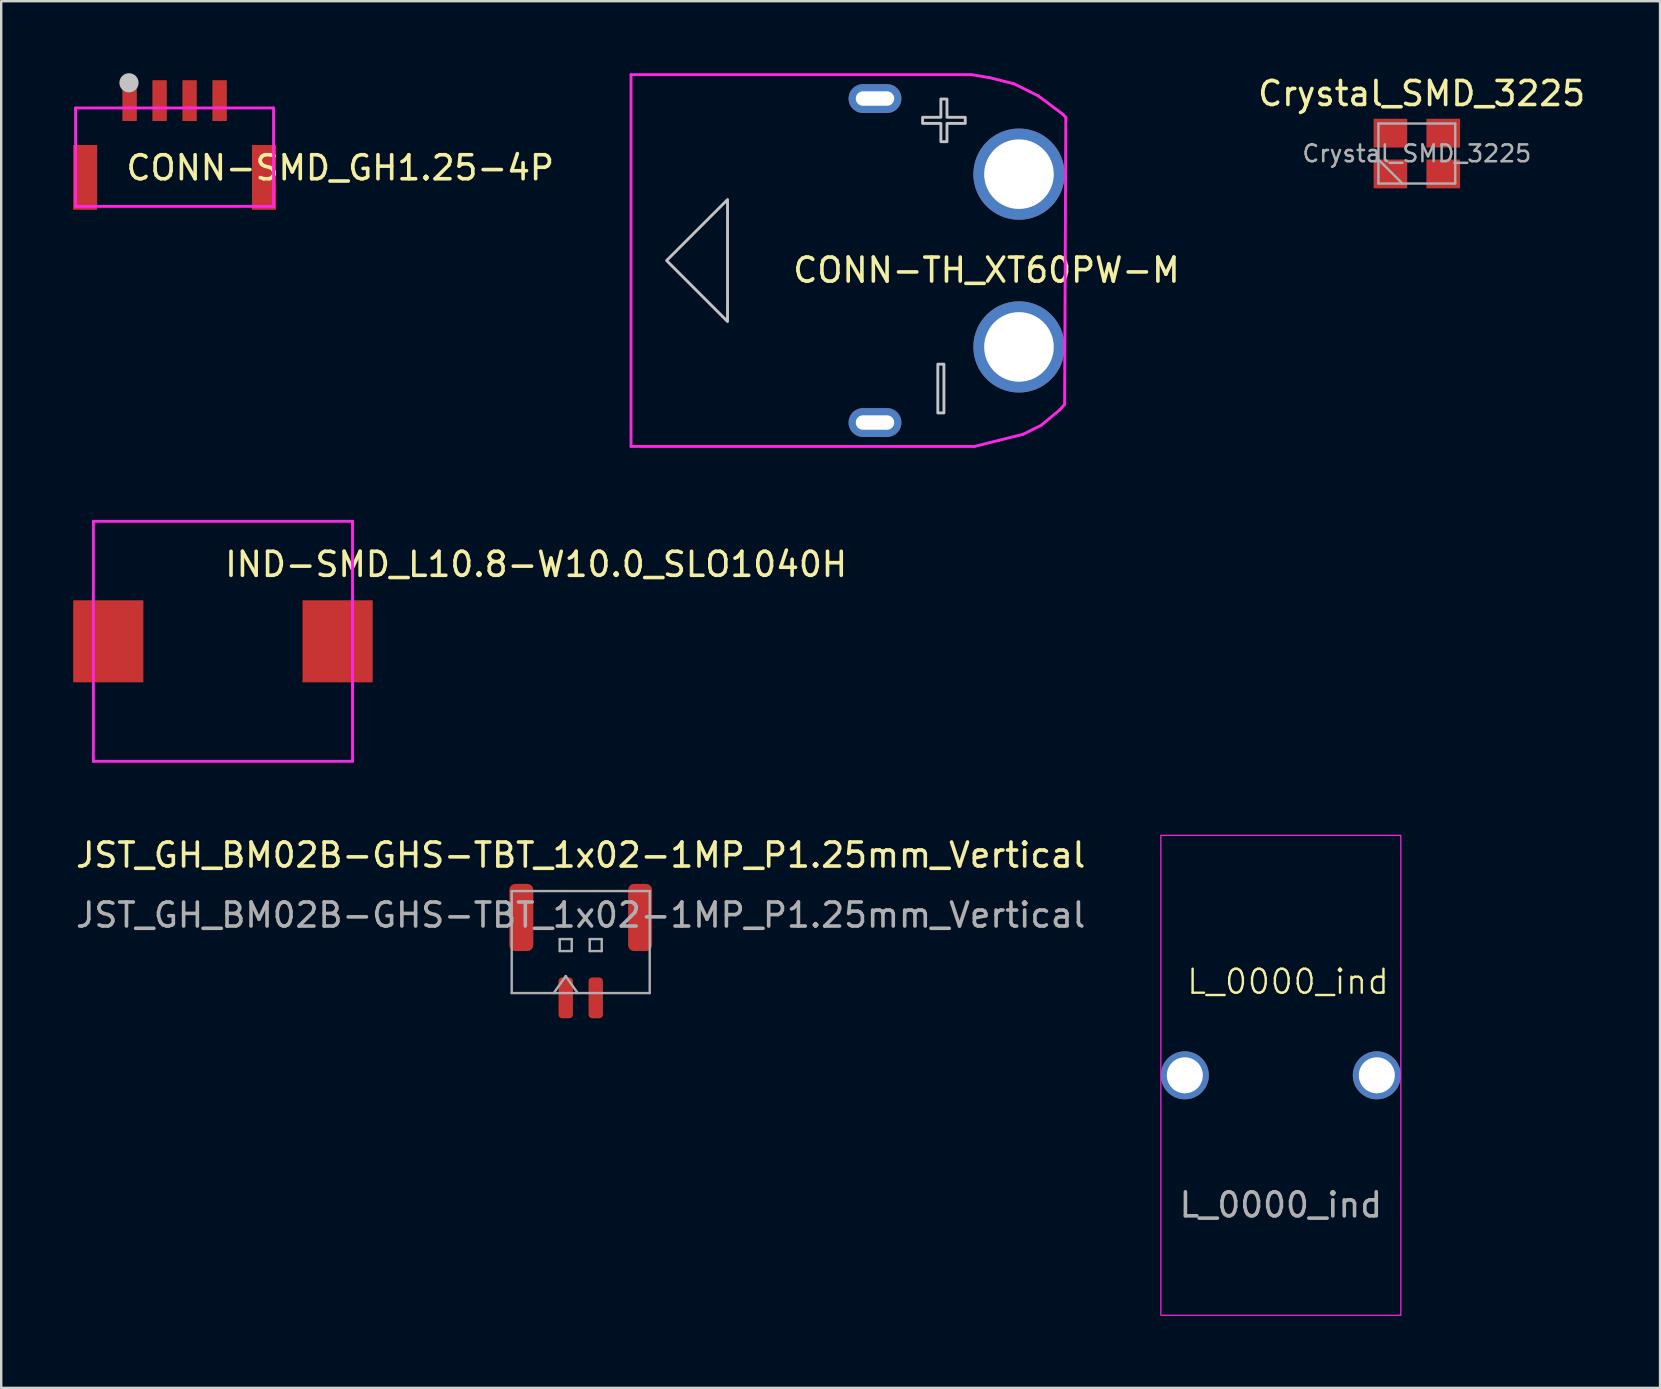
<source format=kicad_pcb>
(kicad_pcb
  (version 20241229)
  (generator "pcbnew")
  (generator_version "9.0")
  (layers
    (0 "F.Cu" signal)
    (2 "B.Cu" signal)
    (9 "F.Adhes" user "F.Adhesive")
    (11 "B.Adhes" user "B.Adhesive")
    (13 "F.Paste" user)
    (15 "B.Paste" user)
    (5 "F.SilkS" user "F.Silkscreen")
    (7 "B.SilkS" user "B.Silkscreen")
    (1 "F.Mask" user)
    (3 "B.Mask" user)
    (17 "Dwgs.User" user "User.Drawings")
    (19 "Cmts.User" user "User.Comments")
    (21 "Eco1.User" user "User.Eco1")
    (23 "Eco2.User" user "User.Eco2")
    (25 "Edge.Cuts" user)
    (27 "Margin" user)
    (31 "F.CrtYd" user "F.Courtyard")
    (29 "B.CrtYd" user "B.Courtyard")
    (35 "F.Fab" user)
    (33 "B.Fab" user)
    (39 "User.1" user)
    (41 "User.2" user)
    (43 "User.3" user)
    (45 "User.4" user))
  (footprint "CONN-TH_XT60PW-M"
    (layer "F.Cu")
    (at 36.411 7.807)
    (property "Reference" "CONN-TH_XT60PW-M" (at -6.5 0.4 0) (layer "F.SilkS") (effects (font (size 1 1) (thickness 0.15)) (justify left)))
    (attr through_hole)
    (fp_poly (pts (xy -9.144 -2.54) (xy -9.144 2.54) (xy -11.684 0)) (stroke (width 0.12) (type solid)) (fill no) (layer "Dwgs.User"))
    (fp_poly (pts (xy -0.381 4.318) (xy -0.127 4.318) (xy -0.127 6.35) (xy -0.381 6.35)) (stroke (width 0.12) (type solid)) (fill no) (layer "Dwgs.User"))
    (fp_poly (pts (xy -0.254 -6.731) (xy 0 -6.731) (xy 0 -5.969) (xy 0.762 -5.969) (xy 0.762 -5.715) (xy 0 -5.715) (xy 0 -4.953) (xy -0.254 -4.953) (xy -0.254 -5.715) (xy -1.016 -5.715) (xy -1.016 -5.969) (xy -0.254 -5.969)) (stroke (width 0.12) (type solid)) (fill no) (layer "Dwgs.User"))
    (fp_circle (center 3 -3.6) (end 3.5 -3.6) (stroke (width 1) (type solid)) (fill no) (layer "Eco2.User"))
    (fp_circle (center 3 3.6) (end 3.5 3.6) (stroke (width 1) (type solid)) (fill no) (layer "Eco2.User"))
    (fp_circle (center 4.953 7.747) (end 4.983 7.747) (stroke (width 0.06) (type solid)) (fill no) (layer "Eco2.User"))
    (fp_poly (pts (xy -2.4 -6.95) (xy -2.4 -6.55) (xy -3.6 -6.55) (xy -3.6 -6.95)) (stroke (width 0.12) (type solid)) (fill no) (layer "Eco2.User"))
    (fp_poly (pts (xy -2.4 6.55) (xy -2.4 6.95) (xy -3.6 6.95) (xy -3.6 6.55)) (stroke (width 0.12) (type solid)) (fill no) (layer "Eco2.User"))
    (fp_line (start -13.166 -7.747) (end 1.016 -7.747) (stroke (width 0.12) (type solid)) (layer "F.CrtYd"))
    (fp_line (start -13.166 7.747) (end -13.166 -7.747) (stroke (width 0.12) (type solid)) (layer "F.CrtYd"))
    (fp_line (start 1.016 -7.747) (end 1.778 -7.62) (stroke (width 0.12) (type solid)) (layer "F.CrtYd"))
    (fp_line (start 1.143 7.747) (end -13.166 7.747) (stroke (width 0.12) (type solid)) (layer "F.CrtYd"))
    (fp_line (start 1.778 -7.62) (end 2.794 -7.366) (stroke (width 0.12) (type solid)) (layer "F.CrtYd"))
    (fp_line (start 2.159 7.493) (end 1.143 7.747) (stroke (width 0.12) (type solid)) (layer "F.CrtYd"))
    (fp_line (start 2.794 -7.366) (end 3.81 -6.858) (stroke (width 0.12) (type solid)) (layer "F.CrtYd"))
    (fp_line (start 3.175 7.239) (end 2.159 7.493) (stroke (width 0.12) (type solid)) (layer "F.CrtYd"))
    (fp_line (start 3.81 -6.858) (end 4.826 -6.096) (stroke (width 0.12) (type solid)) (layer "F.CrtYd"))
    (fp_line (start 3.937 6.858) (end 3.175 7.239) (stroke (width 0.12) (type solid)) (layer "F.CrtYd"))
    (fp_line (start 4.699 6.223) (end 3.937 6.858) (stroke (width 0.12) (type solid)) (layer "F.CrtYd"))
    (fp_line (start 4.826 -6.096) (end 4.953 -5.969) (stroke (width 0.12) (type solid)) (layer "F.CrtYd"))
    (fp_line (start 4.902 5.994) (end 4.699 6.223) (stroke (width 0.12) (type solid)) (layer "F.CrtYd"))
    (fp_line (start 4.953 -5.969) (end 4.902 5.994) (stroke (width 0.12) (type solid)) (layer "F.CrtYd"))
    (pad "1" thru_hole circle (at 3 3.6 90) (size 3.8 3.8) (drill 2.9) (layers "*.Cu" "*.Mask"))
    (pad "2" thru_hole circle (at 3 -3.6 90) (size 3.8 3.8) (drill 2.9) (layers "*.Cu" "*.Mask"))
    (pad "3" thru_hole oval (at -3 -6.75 90) (size 1.2 2.2) (drill oval 0.6 1.6) (layers "*.Cu" "*.Mask"))
    (pad "4" thru_hole oval (at -3 6.75 90) (size 1.2 2.2) (drill oval 0.6 1.6) (layers "*.Cu" "*.Mask")))
  (footprint "L_0000_ind"
    (layer "F.Cu")
    (at 50.323 41.759)
    (property "Reference" "L_0000_ind" (at 0.3 -3.9 0) (unlocked yes) (layer "F.SilkS") (effects (font (size 1 1) (thickness 0.1))))
    (attr through_hole)
    (fp_rect (start -5 -10) (end 5 10) (stroke (width 0.05) (type default)) (fill no) (layer "F.CrtYd"))
    (fp_text user "${REFERENCE}" (at 0 5.4 0) (unlocked yes) (layer "F.Fab") (effects (font (size 1 1) (thickness 0.15))))
    (pad "1" thru_hole circle (at -4 0) (size 2 2) (drill 1.5) (layers "*.Cu" "*.Mask"))
    (pad "2" thru_hole circle (at 4 0) (size 2 2) (drill 1.5) (layers "*.Cu" "*.Mask")))
  (footprint "Crystal_SMD_3225"
    (layer "F.Cu")
    (at 55.99 3.348)
    (property "Reference" "Crystal_SMD_3225" (at 0.2 -2.5 0) (layer "F.SilkS") (effects (font (size 1 1) (thickness 0.15))))
    (attr smd)
    (fp_line (start -1.6 -1.25) (end -1.6 1.25) (stroke (width 0.1) (type solid)) (layer "F.Fab"))
    (fp_line (start -1.6 0.25) (end -0.6 1.25) (stroke (width 0.1) (type solid)) (layer "F.Fab"))
    (fp_line (start -1.6 1.25) (end 1.6 1.25) (stroke (width 0.1) (type solid)) (layer "F.Fab"))
    (fp_line (start 1.6 -1.25) (end -1.6 -1.25) (stroke (width 0.1) (type solid)) (layer "F.Fab"))
    (fp_line (start 1.6 1.25) (end 1.6 -1.25) (stroke (width 0.1) (type solid)) (layer "F.Fab"))
    (fp_text user "${REFERENCE}" (at 0 0 0) (layer "F.Fab") (effects (font (size 0.7 0.7) (thickness 0.105))))
    (pad "1" smd rect (at -1.1 0.85) (size 1.4 1.2) (layers "F.Cu" "F.Mask" "F.Paste"))
    (pad "2" smd rect (at 1.1 0.85) (size 1.4 1.2) (layers "F.Cu" "F.Mask" "F.Paste"))
    (pad "3" smd rect (at 1.1 -0.85) (size 1.4 1.2) (layers "F.Cu" "F.Mask" "F.Paste"))
    (pad "4" smd rect (at -1.1 -0.85) (size 1.4 1.2) (layers "F.Cu" "F.Mask" "F.Paste")))
  (footprint "IND-SMD_L10.8-W10.0_SLO1040H"
    (layer "F.Cu")
    (at 6.24 23.674)
    (property "Reference" "IND-SMD_L10.8-W10.0_SLO1040H" (at 0 -3.207 0) (layer "F.SilkS") (effects (font (size 1 1) (thickness 0.15)) (justify left)))
    (attr through_hole)
    (fp_circle (center 5.4 -5) (end 5.43 -5) (stroke (width 0.06) (type solid)) (fill no) (layer "Eco2.User"))
    (fp_poly (pts (xy -5.4 1.5) (xy -5.4 -1.5) (xy -3.4 -1.5) (xy -3.4 1.5)) (stroke (width 0.12) (type solid)) (fill no) (layer "Eco2.User"))
    (fp_poly (pts (xy 5.4 1.5) (xy 5.4 -1.5) (xy 3.4 -1.5) (xy 3.4 1.5)) (stroke (width 0.12) (type solid)) (fill no) (layer "Eco2.User"))
    (fp_line (start -5.4 -5) (end 5.4 -5) (stroke (width 0.12) (type solid)) (layer "F.CrtYd"))
    (fp_line (start -5.4 5) (end -5.4 -5) (stroke (width 0.12) (type solid)) (layer "F.CrtYd"))
    (fp_line (start 5.4 -5) (end 5.4 5) (stroke (width 0.12) (type solid)) (layer "F.CrtYd"))
    (fp_line (start 5.4 5) (end -5.4 5) (stroke (width 0.12) (type solid)) (layer "F.CrtYd"))
    (pad "1" smd rect (at 4.778 0) (size 2.924 3.42) (layers "F.Cu" "F.Mask" "F.Paste"))
    (pad "2" smd rect (at -4.778 0) (size 2.924 3.42) (layers "F.Cu" "F.Mask" "F.Paste")))
  (footprint "CONN-SMD_GH1.25-4P"
    (layer "F.Cu")
    (at 4.225 2.742)
    (property "Reference" "CONN-SMD_GH1.25-4P" (at -2.1 1.2 0) (layer "F.SilkS") (effects (font (size 1 1) (thickness 0.15)) (justify left)))
    (attr through_hole)
    (fp_circle (center -1.9 -2.342) (end -1.7 -2.342) (stroke (width 0.4) (type solid)) (fill no) (layer "Dwgs.User"))
    (fp_circle (center -4.125 -1.992) (end -4.095 -1.992) (stroke (width 0.06) (type solid)) (fill no) (layer "Eco2.User"))
    (fp_poly (pts (xy -3.825 0.6) (xy -3.625 0.6) (xy -3.625 2.6) (xy -3.825 2.6)) (stroke (width 0.12) (type solid)) (fill no) (layer "Eco2.User"))
    (fp_poly (pts (xy -1.975 -1.992) (xy -1.775 -1.992) (xy -1.775 -0.992) (xy -1.975 -0.992)) (stroke (width 0.12) (type solid)) (fill no) (layer "Eco2.User"))
    (fp_poly (pts (xy -0.725 -1.992) (xy -0.525 -1.992) (xy -0.525 -0.992) (xy -0.725 -0.992)) (stroke (width 0.12) (type solid)) (fill no) (layer "Eco2.User"))
    (fp_poly (pts (xy 0.525 -1.992) (xy 0.725 -1.992) (xy 0.725 -0.992) (xy 0.525 -0.992)) (stroke (width 0.12) (type solid)) (fill no) (layer "Eco2.User"))
    (fp_poly (pts (xy 1.775 -1.992) (xy 1.975 -1.992) (xy 1.975 -0.992) (xy 1.775 -0.992)) (stroke (width 0.12) (type solid)) (fill no) (layer "Eco2.User"))
    (fp_poly (pts (xy 3.625 0.6) (xy 3.825 0.6) (xy 3.825 2.6) (xy 3.625 2.6)) (stroke (width 0.12) (type solid)) (fill no) (layer "Eco2.User"))
    (fp_line (start -4.125 -1.292) (end 4.125 -1.292) (stroke (width 0.12) (type solid)) (layer "F.CrtYd"))
    (fp_line (start -4.125 2.808) (end -4.125 -1.292) (stroke (width 0.12) (type solid)) (layer "F.CrtYd"))
    (fp_line (start 4.125 -1.292) (end 4.125 2.808) (stroke (width 0.12) (type solid)) (layer "F.CrtYd"))
    (fp_line (start 4.125 2.808) (end -4.125 2.808) (stroke (width 0.12) (type solid)) (layer "F.CrtYd"))
    (pad "1" smd rect (at -1.875 -1.6) (size 0.6 1.7) (layers "F.Cu" "F.Mask" "F.Paste"))
    (pad "2" smd rect (at -0.625 -1.6) (size 0.6 1.7) (layers "F.Cu" "F.Mask" "F.Paste"))
    (pad "3" smd rect (at 0.625 -1.6) (size 0.6 1.7) (layers "F.Cu" "F.Mask" "F.Paste"))
    (pad "4" smd rect (at 1.875 -1.6) (size 0.6 1.7) (layers "F.Cu" "F.Mask" "F.Paste"))
    (pad "5" smd rect (at -3.725 1.6) (size 1 2.7) (layers "F.Cu" "F.Mask" "F.Paste"))
    (pad "6" smd rect (at 3.725 1.6) (size 1 2.7) (layers "F.Cu" "F.Mask" "F.Paste")))
  (footprint "JST_GH_BM02B-GHS-TBT_1x02-1MP_P1.25mm_Vertical"
    (layer "F.Cu")
    (at 21.149 36.582)
    (property "Reference" "JST_GH_BM02B-GHS-TBT_1x02-1MP_P1.25mm_Vertical" (at 0 -4 0) (layer "F.SilkS") (effects (font (size 1 1) (thickness 0.15))))
    (attr smd)
    (fp_line (start -2.875 -2.5) (end 2.875 -2.5) (stroke (width 0.1) (type solid)) (layer "F.Fab"))
    (fp_line (start -2.875 1.75) (end -2.875 -2.5) (stroke (width 0.1) (type solid)) (layer "F.Fab"))
    (fp_line (start -2.875 1.75) (end 2.875 1.75) (stroke (width 0.1) (type solid)) (layer "F.Fab"))
    (fp_line (start -1.125 1.75) (end -0.625 1.043) (stroke (width 0.1) (type solid)) (layer "F.Fab"))
    (fp_line (start -0.875 -0.5) (end -0.875 0) (stroke (width 0.1) (type solid)) (layer "F.Fab"))
    (fp_line (start -0.875 0) (end -0.375 0) (stroke (width 0.1) (type solid)) (layer "F.Fab"))
    (fp_line (start -0.625 1.043) (end -0.125 1.75) (stroke (width 0.1) (type solid)) (layer "F.Fab"))
    (fp_line (start -0.375 -0.5) (end -0.875 -0.5) (stroke (width 0.1) (type solid)) (layer "F.Fab"))
    (fp_line (start -0.375 0) (end -0.375 -0.5) (stroke (width 0.1) (type solid)) (layer "F.Fab"))
    (fp_line (start 0.375 -0.5) (end 0.375 0) (stroke (width 0.1) (type solid)) (layer "F.Fab"))
    (fp_line (start 0.375 0) (end 0.875 0) (stroke (width 0.1) (type solid)) (layer "F.Fab"))
    (fp_line (start 0.875 -0.5) (end 0.375 -0.5) (stroke (width 0.1) (type solid)) (layer "F.Fab"))
    (fp_line (start 0.875 0) (end 0.875 -0.5) (stroke (width 0.1) (type solid)) (layer "F.Fab"))
    (fp_line (start 2.875 1.75) (end 2.875 -2.5) (stroke (width 0.1) (type solid)) (layer "F.Fab"))
    (fp_text user "${REFERENCE}" (at 0 -1.5 0) (layer "F.Fab") (effects (font (size 1 1) (thickness 0.15))))
    (pad "1" smd roundrect (at -0.625 1.95) (size 0.6 1.7) (layers "F.Cu" "F.Mask" "F.Paste") (roundrect_rratio 0.25))
    (pad "2" smd roundrect (at 0.625 1.95) (size 0.6 1.7) (layers "F.Cu" "F.Mask" "F.Paste") (roundrect_rratio 0.25))
    (pad "MP" smd roundrect (at -2.475 -1.4) (size 1 2.8) (layers "F.Cu" "F.Mask" "F.Paste") (roundrect_rratio 0.25))
    (pad "MP" smd roundrect (at 2.475 -1.4) (size 1 2.8) (layers "F.Cu" "F.Mask" "F.Paste") (roundrect_rratio 0.25)))
  (gr_rect
    (start -3 -3)
    (end 66.125 54.784)
    (stroke (width 0.1) (type default))
    (fill no)
    (layer "Edge.Cuts")))
</source>
